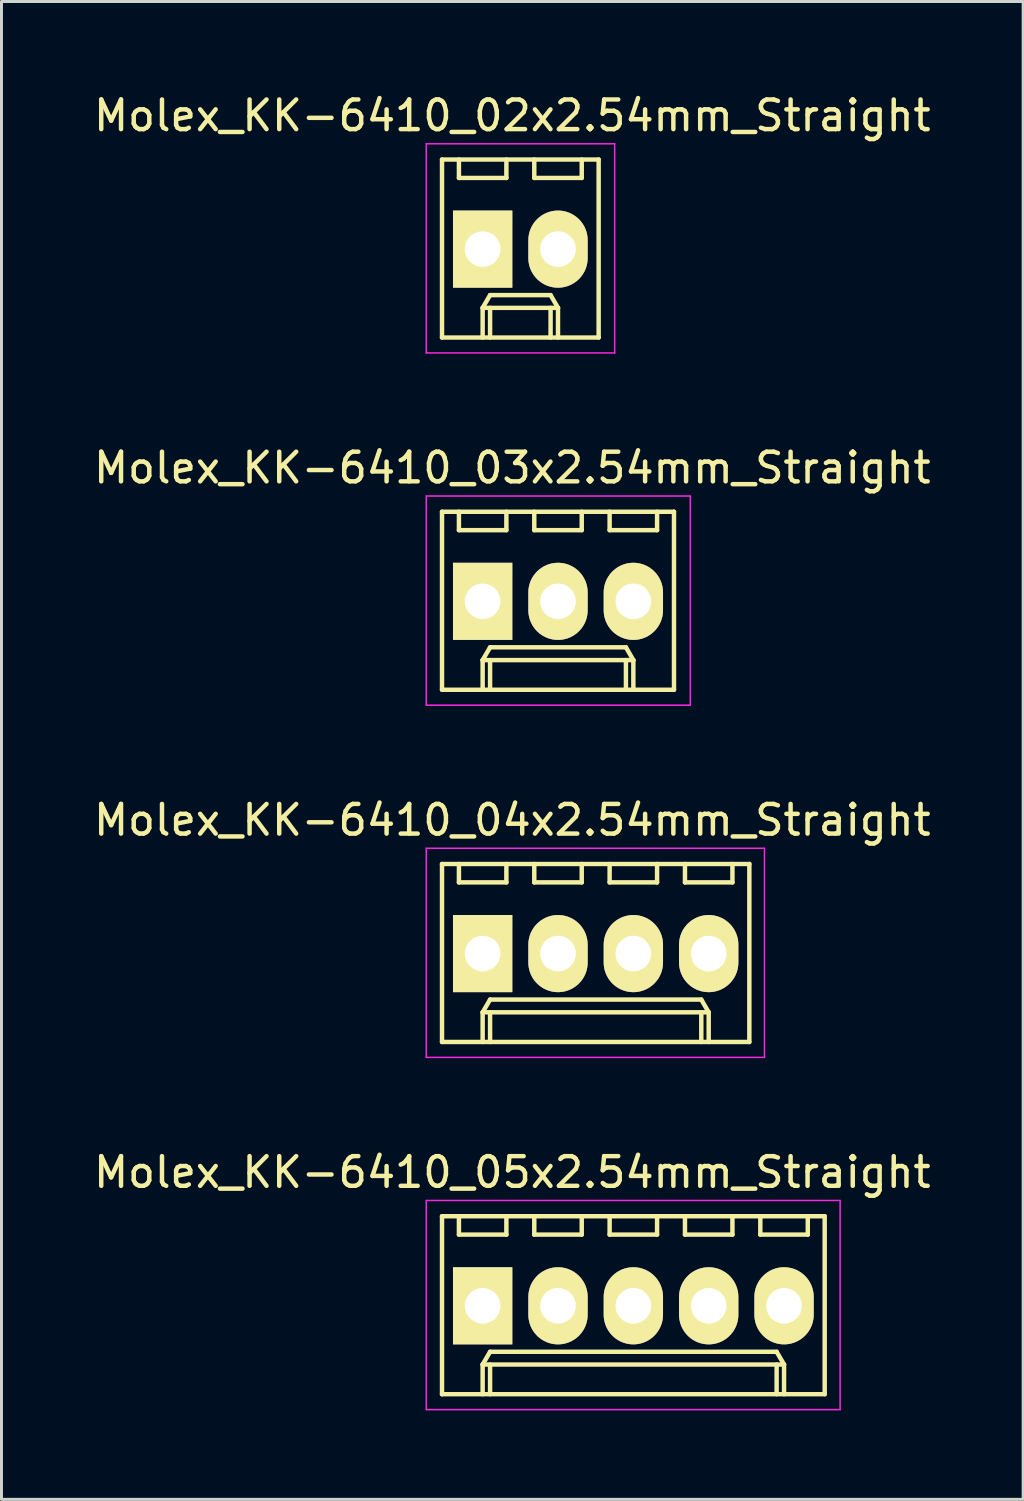
<source format=kicad_pcb>
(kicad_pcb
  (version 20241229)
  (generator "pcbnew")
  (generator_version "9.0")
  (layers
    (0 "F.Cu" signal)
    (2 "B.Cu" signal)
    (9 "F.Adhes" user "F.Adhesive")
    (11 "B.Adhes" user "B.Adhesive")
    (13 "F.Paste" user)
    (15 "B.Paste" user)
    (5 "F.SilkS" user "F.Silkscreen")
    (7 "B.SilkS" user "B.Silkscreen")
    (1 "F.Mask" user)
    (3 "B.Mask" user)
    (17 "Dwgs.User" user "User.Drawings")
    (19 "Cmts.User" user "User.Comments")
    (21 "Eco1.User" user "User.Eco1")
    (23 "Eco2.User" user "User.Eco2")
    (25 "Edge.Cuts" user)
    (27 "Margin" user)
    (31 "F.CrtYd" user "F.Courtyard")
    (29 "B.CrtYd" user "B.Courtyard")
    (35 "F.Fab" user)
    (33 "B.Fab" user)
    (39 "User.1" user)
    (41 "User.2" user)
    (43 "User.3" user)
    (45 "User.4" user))
  (footprint "Molex_KK-6410_04x2.54mm_Straight"
    (layer "F.Cu")
    (at 13.22 29.095)
    (property "Reference" "Molex_KK-6410_04x2.54mm_Straight" (at 1 -4.5 0) (layer "F.SilkS") (effects (font (size 1 1) (thickness 0.15))))
    (attr through_hole)
    (fp_line (start -1.37 -3.02) (end -1.37 2.98) (stroke (width 0.15) (type solid)) (layer "F.SilkS"))
    (fp_line (start -1.37 2.98) (end 8.99 2.98) (stroke (width 0.15) (type solid)) (layer "F.SilkS"))
    (fp_line (start -0.8 -3.02) (end -0.8 -2.4) (stroke (width 0.15) (type solid)) (layer "F.SilkS"))
    (fp_line (start -0.8 -2.4) (end 0.8 -2.4) (stroke (width 0.15) (type solid)) (layer "F.SilkS"))
    (fp_line (start 0 1.98) (end 0.25 1.55) (stroke (width 0.15) (type solid)) (layer "F.SilkS"))
    (fp_line (start 0 1.98) (end 7.62 1.98) (stroke (width 0.15) (type solid)) (layer "F.SilkS"))
    (fp_line (start 0 2.98) (end 0 1.98) (stroke (width 0.15) (type solid)) (layer "F.SilkS"))
    (fp_line (start 0.25 1.55) (end 7.37 1.55) (stroke (width 0.15) (type solid)) (layer "F.SilkS"))
    (fp_line (start 0.25 2.98) (end 0.25 1.98) (stroke (width 0.15) (type solid)) (layer "F.SilkS"))
    (fp_line (start 0.8 -2.4) (end 0.8 -3.02) (stroke (width 0.15) (type solid)) (layer "F.SilkS"))
    (fp_line (start 1.74 -3.02) (end 1.74 -2.4) (stroke (width 0.15) (type solid)) (layer "F.SilkS"))
    (fp_line (start 1.74 -2.4) (end 3.34 -2.4) (stroke (width 0.15) (type solid)) (layer "F.SilkS"))
    (fp_line (start 3.34 -2.4) (end 3.34 -3.02) (stroke (width 0.15) (type solid)) (layer "F.SilkS"))
    (fp_line (start 4.28 -3.02) (end 4.28 -2.4) (stroke (width 0.15) (type solid)) (layer "F.SilkS"))
    (fp_line (start 4.28 -2.4) (end 5.88 -2.4) (stroke (width 0.15) (type solid)) (layer "F.SilkS"))
    (fp_line (start 5.88 -2.4) (end 5.88 -3.02) (stroke (width 0.15) (type solid)) (layer "F.SilkS"))
    (fp_line (start 6.82 -3.02) (end 6.82 -2.4) (stroke (width 0.15) (type solid)) (layer "F.SilkS"))
    (fp_line (start 6.82 -2.4) (end 8.42 -2.4) (stroke (width 0.15) (type solid)) (layer "F.SilkS"))
    (fp_line (start 7.37 1.55) (end 7.62 1.98) (stroke (width 0.15) (type solid)) (layer "F.SilkS"))
    (fp_line (start 7.37 2.98) (end 7.37 1.98) (stroke (width 0.15) (type solid)) (layer "F.SilkS"))
    (fp_line (start 7.62 1.98) (end 7.62 2.98) (stroke (width 0.15) (type solid)) (layer "F.SilkS"))
    (fp_line (start 8.42 -2.4) (end 8.42 -3.02) (stroke (width 0.15) (type solid)) (layer "F.SilkS"))
    (fp_line (start 8.99 -3.02) (end -1.37 -3.02) (stroke (width 0.15) (type solid)) (layer "F.SilkS"))
    (fp_line (start 8.99 2.98) (end 8.99 -3.02) (stroke (width 0.15) (type solid)) (layer "F.SilkS"))
    (fp_line (start -1.9 -3.55) (end 9.5 -3.55) (stroke (width 0.05) (type solid)) (layer "F.CrtYd"))
    (fp_line (start -1.9 3.5) (end -1.9 -3.55) (stroke (width 0.05) (type solid)) (layer "F.CrtYd"))
    (fp_line (start 9.5 -3.55) (end 9.5 3.5) (stroke (width 0.05) (type solid)) (layer "F.CrtYd"))
    (fp_line (start 9.5 3.5) (end -1.9 3.5) (stroke (width 0.05) (type solid)) (layer "F.CrtYd"))
    (pad "1" thru_hole rect (at 0 0) (size 2 2.6) (drill 1.2) (layers "*.Cu" "*.Mask" "F.SilkS"))
    (pad "2" thru_hole oval (at 2.54 0) (size 2 2.6) (drill 1.2) (layers "*.Cu" "*.Mask" "F.SilkS"))
    (pad "3" thru_hole oval (at 5.08 0) (size 2 2.6) (drill 1.2) (layers "*.Cu" "*.Mask" "F.SilkS"))
    (pad "4" thru_hole oval (at 7.62 0) (size 2 2.6) (drill 1.2) (layers "*.Cu" "*.Mask" "F.SilkS")))
  (footprint "Molex_KK-6410_02x2.54mm_Straight"
    (layer "F.Cu")
    (at 13.22 5.348)
    (property "Reference" "Molex_KK-6410_02x2.54mm_Straight" (at 1 -4.5 0) (layer "F.SilkS") (effects (font (size 1 1) (thickness 0.15))))
    (attr through_hole)
    (fp_line (start -1.37 -3.02) (end -1.37 2.98) (stroke (width 0.15) (type solid)) (layer "F.SilkS"))
    (fp_line (start -1.37 2.98) (end 3.91 2.98) (stroke (width 0.15) (type solid)) (layer "F.SilkS"))
    (fp_line (start -0.8 -3.02) (end -0.8 -2.4) (stroke (width 0.15) (type solid)) (layer "F.SilkS"))
    (fp_line (start -0.8 -2.4) (end 0.8 -2.4) (stroke (width 0.15) (type solid)) (layer "F.SilkS"))
    (fp_line (start 0 1.98) (end 0.25 1.55) (stroke (width 0.15) (type solid)) (layer "F.SilkS"))
    (fp_line (start 0 1.98) (end 2.54 1.98) (stroke (width 0.15) (type solid)) (layer "F.SilkS"))
    (fp_line (start 0 2.98) (end 0 1.98) (stroke (width 0.15) (type solid)) (layer "F.SilkS"))
    (fp_line (start 0.25 1.55) (end 2.29 1.55) (stroke (width 0.15) (type solid)) (layer "F.SilkS"))
    (fp_line (start 0.25 2.98) (end 0.25 1.98) (stroke (width 0.15) (type solid)) (layer "F.SilkS"))
    (fp_line (start 0.8 -2.4) (end 0.8 -3.02) (stroke (width 0.15) (type solid)) (layer "F.SilkS"))
    (fp_line (start 1.74 -3.02) (end 1.74 -2.4) (stroke (width 0.15) (type solid)) (layer "F.SilkS"))
    (fp_line (start 1.74 -2.4) (end 3.34 -2.4) (stroke (width 0.15) (type solid)) (layer "F.SilkS"))
    (fp_line (start 2.29 1.55) (end 2.54 1.98) (stroke (width 0.15) (type solid)) (layer "F.SilkS"))
    (fp_line (start 2.29 2.98) (end 2.29 1.98) (stroke (width 0.15) (type solid)) (layer "F.SilkS"))
    (fp_line (start 2.54 1.98) (end 2.54 2.98) (stroke (width 0.15) (type solid)) (layer "F.SilkS"))
    (fp_line (start 3.34 -2.4) (end 3.34 -3.02) (stroke (width 0.15) (type solid)) (layer "F.SilkS"))
    (fp_line (start 3.91 -3.02) (end -1.37 -3.02) (stroke (width 0.15) (type solid)) (layer "F.SilkS"))
    (fp_line (start 3.91 2.98) (end 3.91 -3.02) (stroke (width 0.15) (type solid)) (layer "F.SilkS"))
    (fp_line (start -1.9 -3.55) (end 4.45 -3.55) (stroke (width 0.05) (type solid)) (layer "F.CrtYd"))
    (fp_line (start -1.9 3.5) (end -1.9 -3.55) (stroke (width 0.05) (type solid)) (layer "F.CrtYd"))
    (fp_line (start 4.45 -3.55) (end 4.45 3.5) (stroke (width 0.05) (type solid)) (layer "F.CrtYd"))
    (fp_line (start 4.45 3.5) (end -1.9 3.5) (stroke (width 0.05) (type solid)) (layer "F.CrtYd"))
    (pad "1" thru_hole rect (at 0 0) (size 2 2.6) (drill 1.2) (layers "*.Cu" "*.Mask" "F.SilkS"))
    (pad "2" thru_hole oval (at 2.54 0) (size 2 2.6) (drill 1.2) (layers "*.Cu" "*.Mask" "F.SilkS")))
  (footprint "Molex_KK-6410_05x2.54mm_Straight"
    (layer "F.Cu")
    (at 13.22 40.968)
    (property "Reference" "Molex_KK-6410_05x2.54mm_Straight" (at 1 -4.5 0) (layer "F.SilkS") (effects (font (size 1 1) (thickness 0.15))))
    (attr through_hole)
    (fp_line (start -1.37 -3.02) (end -1.37 2.98) (stroke (width 0.15) (type solid)) (layer "F.SilkS"))
    (fp_line (start -1.37 2.98) (end 11.53 2.98) (stroke (width 0.15) (type solid)) (layer "F.SilkS"))
    (fp_line (start -0.8 -3.02) (end -0.8 -2.4) (stroke (width 0.15) (type solid)) (layer "F.SilkS"))
    (fp_line (start -0.8 -2.4) (end 0.8 -2.4) (stroke (width 0.15) (type solid)) (layer "F.SilkS"))
    (fp_line (start 0 1.98) (end 0.25 1.55) (stroke (width 0.15) (type solid)) (layer "F.SilkS"))
    (fp_line (start 0 1.98) (end 10.16 1.98) (stroke (width 0.15) (type solid)) (layer "F.SilkS"))
    (fp_line (start 0 2.98) (end 0 1.98) (stroke (width 0.15) (type solid)) (layer "F.SilkS"))
    (fp_line (start 0.25 1.55) (end 9.91 1.55) (stroke (width 0.15) (type solid)) (layer "F.SilkS"))
    (fp_line (start 0.25 2.98) (end 0.25 1.98) (stroke (width 0.15) (type solid)) (layer "F.SilkS"))
    (fp_line (start 0.8 -2.4) (end 0.8 -3.02) (stroke (width 0.15) (type solid)) (layer "F.SilkS"))
    (fp_line (start 1.74 -3.02) (end 1.74 -2.4) (stroke (width 0.15) (type solid)) (layer "F.SilkS"))
    (fp_line (start 1.74 -2.4) (end 3.34 -2.4) (stroke (width 0.15) (type solid)) (layer "F.SilkS"))
    (fp_line (start 3.34 -2.4) (end 3.34 -3.02) (stroke (width 0.15) (type solid)) (layer "F.SilkS"))
    (fp_line (start 4.28 -3.02) (end 4.28 -2.4) (stroke (width 0.15) (type solid)) (layer "F.SilkS"))
    (fp_line (start 4.28 -2.4) (end 5.88 -2.4) (stroke (width 0.15) (type solid)) (layer "F.SilkS"))
    (fp_line (start 5.88 -2.4) (end 5.88 -3.02) (stroke (width 0.15) (type solid)) (layer "F.SilkS"))
    (fp_line (start 6.82 -3.02) (end 6.82 -2.4) (stroke (width 0.15) (type solid)) (layer "F.SilkS"))
    (fp_line (start 6.82 -2.4) (end 8.42 -2.4) (stroke (width 0.15) (type solid)) (layer "F.SilkS"))
    (fp_line (start 8.42 -2.4) (end 8.42 -3.02) (stroke (width 0.15) (type solid)) (layer "F.SilkS"))
    (fp_line (start 9.36 -3.02) (end 9.36 -2.4) (stroke (width 0.15) (type solid)) (layer "F.SilkS"))
    (fp_line (start 9.36 -2.4) (end 10.96 -2.4) (stroke (width 0.15) (type solid)) (layer "F.SilkS"))
    (fp_line (start 9.91 1.55) (end 10.16 1.98) (stroke (width 0.15) (type solid)) (layer "F.SilkS"))
    (fp_line (start 9.91 2.98) (end 9.91 1.98) (stroke (width 0.15) (type solid)) (layer "F.SilkS"))
    (fp_line (start 10.16 1.98) (end 10.16 2.98) (stroke (width 0.15) (type solid)) (layer "F.SilkS"))
    (fp_line (start 10.96 -2.4) (end 10.96 -3.02) (stroke (width 0.15) (type solid)) (layer "F.SilkS"))
    (fp_line (start 11.53 -3.02) (end -1.37 -3.02) (stroke (width 0.15) (type solid)) (layer "F.SilkS"))
    (fp_line (start 11.53 2.98) (end 11.53 -3.02) (stroke (width 0.15) (type solid)) (layer "F.SilkS"))
    (fp_line (start -1.9 -3.55) (end 12.05 -3.55) (stroke (width 0.05) (type solid)) (layer "F.CrtYd"))
    (fp_line (start -1.9 3.5) (end -1.9 -3.55) (stroke (width 0.05) (type solid)) (layer "F.CrtYd"))
    (fp_line (start 12.05 -3.55) (end 12.05 3.5) (stroke (width 0.05) (type solid)) (layer "F.CrtYd"))
    (fp_line (start 12.05 3.5) (end -1.9 3.5) (stroke (width 0.05) (type solid)) (layer "F.CrtYd"))
    (pad "1" thru_hole rect (at 0 0) (size 2 2.6) (drill 1.2) (layers "*.Cu" "*.Mask" "F.SilkS"))
    (pad "2" thru_hole oval (at 2.54 0) (size 2 2.6) (drill 1.2) (layers "*.Cu" "*.Mask" "F.SilkS"))
    (pad "3" thru_hole oval (at 5.08 0) (size 2 2.6) (drill 1.2) (layers "*.Cu" "*.Mask" "F.SilkS"))
    (pad "4" thru_hole oval (at 7.62 0) (size 2 2.6) (drill 1.2) (layers "*.Cu" "*.Mask" "F.SilkS"))
    (pad "5" thru_hole oval (at 10.16 0) (size 2 2.6) (drill 1.2) (layers "*.Cu" "*.Mask" "F.SilkS")))
  (footprint "Molex_KK-6410_03x2.54mm_Straight"
    (layer "F.Cu")
    (at 13.22 17.221)
    (property "Reference" "Molex_KK-6410_03x2.54mm_Straight" (at 1 -4.5 0) (layer "F.SilkS") (effects (font (size 1 1) (thickness 0.15))))
    (attr through_hole)
    (fp_line (start -1.37 -3.02) (end -1.37 2.98) (stroke (width 0.15) (type solid)) (layer "F.SilkS"))
    (fp_line (start -1.37 2.98) (end 6.45 2.98) (stroke (width 0.15) (type solid)) (layer "F.SilkS"))
    (fp_line (start -0.8 -3.02) (end -0.8 -2.4) (stroke (width 0.15) (type solid)) (layer "F.SilkS"))
    (fp_line (start -0.8 -2.4) (end 0.8 -2.4) (stroke (width 0.15) (type solid)) (layer "F.SilkS"))
    (fp_line (start 0 1.98) (end 0.25 1.55) (stroke (width 0.15) (type solid)) (layer "F.SilkS"))
    (fp_line (start 0 1.98) (end 5.08 1.98) (stroke (width 0.15) (type solid)) (layer "F.SilkS"))
    (fp_line (start 0 2.98) (end 0 1.98) (stroke (width 0.15) (type solid)) (layer "F.SilkS"))
    (fp_line (start 0.25 1.55) (end 4.83 1.55) (stroke (width 0.15) (type solid)) (layer "F.SilkS"))
    (fp_line (start 0.25 2.98) (end 0.25 1.98) (stroke (width 0.15) (type solid)) (layer "F.SilkS"))
    (fp_line (start 0.8 -2.4) (end 0.8 -3.02) (stroke (width 0.15) (type solid)) (layer "F.SilkS"))
    (fp_line (start 1.74 -3.02) (end 1.74 -2.4) (stroke (width 0.15) (type solid)) (layer "F.SilkS"))
    (fp_line (start 1.74 -2.4) (end 3.34 -2.4) (stroke (width 0.15) (type solid)) (layer "F.SilkS"))
    (fp_line (start 3.34 -2.4) (end 3.34 -3.02) (stroke (width 0.15) (type solid)) (layer "F.SilkS"))
    (fp_line (start 4.28 -3.02) (end 4.28 -2.4) (stroke (width 0.15) (type solid)) (layer "F.SilkS"))
    (fp_line (start 4.28 -2.4) (end 5.88 -2.4) (stroke (width 0.15) (type solid)) (layer "F.SilkS"))
    (fp_line (start 4.83 1.55) (end 5.08 1.98) (stroke (width 0.15) (type solid)) (layer "F.SilkS"))
    (fp_line (start 4.83 2.98) (end 4.83 1.98) (stroke (width 0.15) (type solid)) (layer "F.SilkS"))
    (fp_line (start 5.08 1.98) (end 5.08 2.98) (stroke (width 0.15) (type solid)) (layer "F.SilkS"))
    (fp_line (start 5.88 -2.4) (end 5.88 -3.02) (stroke (width 0.15) (type solid)) (layer "F.SilkS"))
    (fp_line (start 6.45 -3.02) (end -1.37 -3.02) (stroke (width 0.15) (type solid)) (layer "F.SilkS"))
    (fp_line (start 6.45 2.98) (end 6.45 -3.02) (stroke (width 0.15) (type solid)) (layer "F.SilkS"))
    (fp_line (start -1.9 -3.55) (end 7 -3.55) (stroke (width 0.05) (type solid)) (layer "F.CrtYd"))
    (fp_line (start -1.9 3.5) (end -1.9 -3.55) (stroke (width 0.05) (type solid)) (layer "F.CrtYd"))
    (fp_line (start 7 -3.55) (end 7 3.5) (stroke (width 0.05) (type solid)) (layer "F.CrtYd"))
    (fp_line (start 7 3.5) (end -1.9 3.5) (stroke (width 0.05) (type solid)) (layer "F.CrtYd"))
    (pad "1" thru_hole rect (at 0 0) (size 2 2.6) (drill 1.2) (layers "*.Cu" "*.Mask" "F.SilkS"))
    (pad "2" thru_hole oval (at 2.54 0) (size 2 2.6) (drill 1.2) (layers "*.Cu" "*.Mask" "F.SilkS"))
    (pad "3" thru_hole oval (at 5.08 0) (size 2 2.6) (drill 1.2) (layers "*.Cu" "*.Mask" "F.SilkS")))
  (gr_rect
    (start -3 -3)
    (end 31.44 47.493)
    (stroke (width 0.1) (type default))
    (fill no)
    (layer "Edge.Cuts")))
</source>
